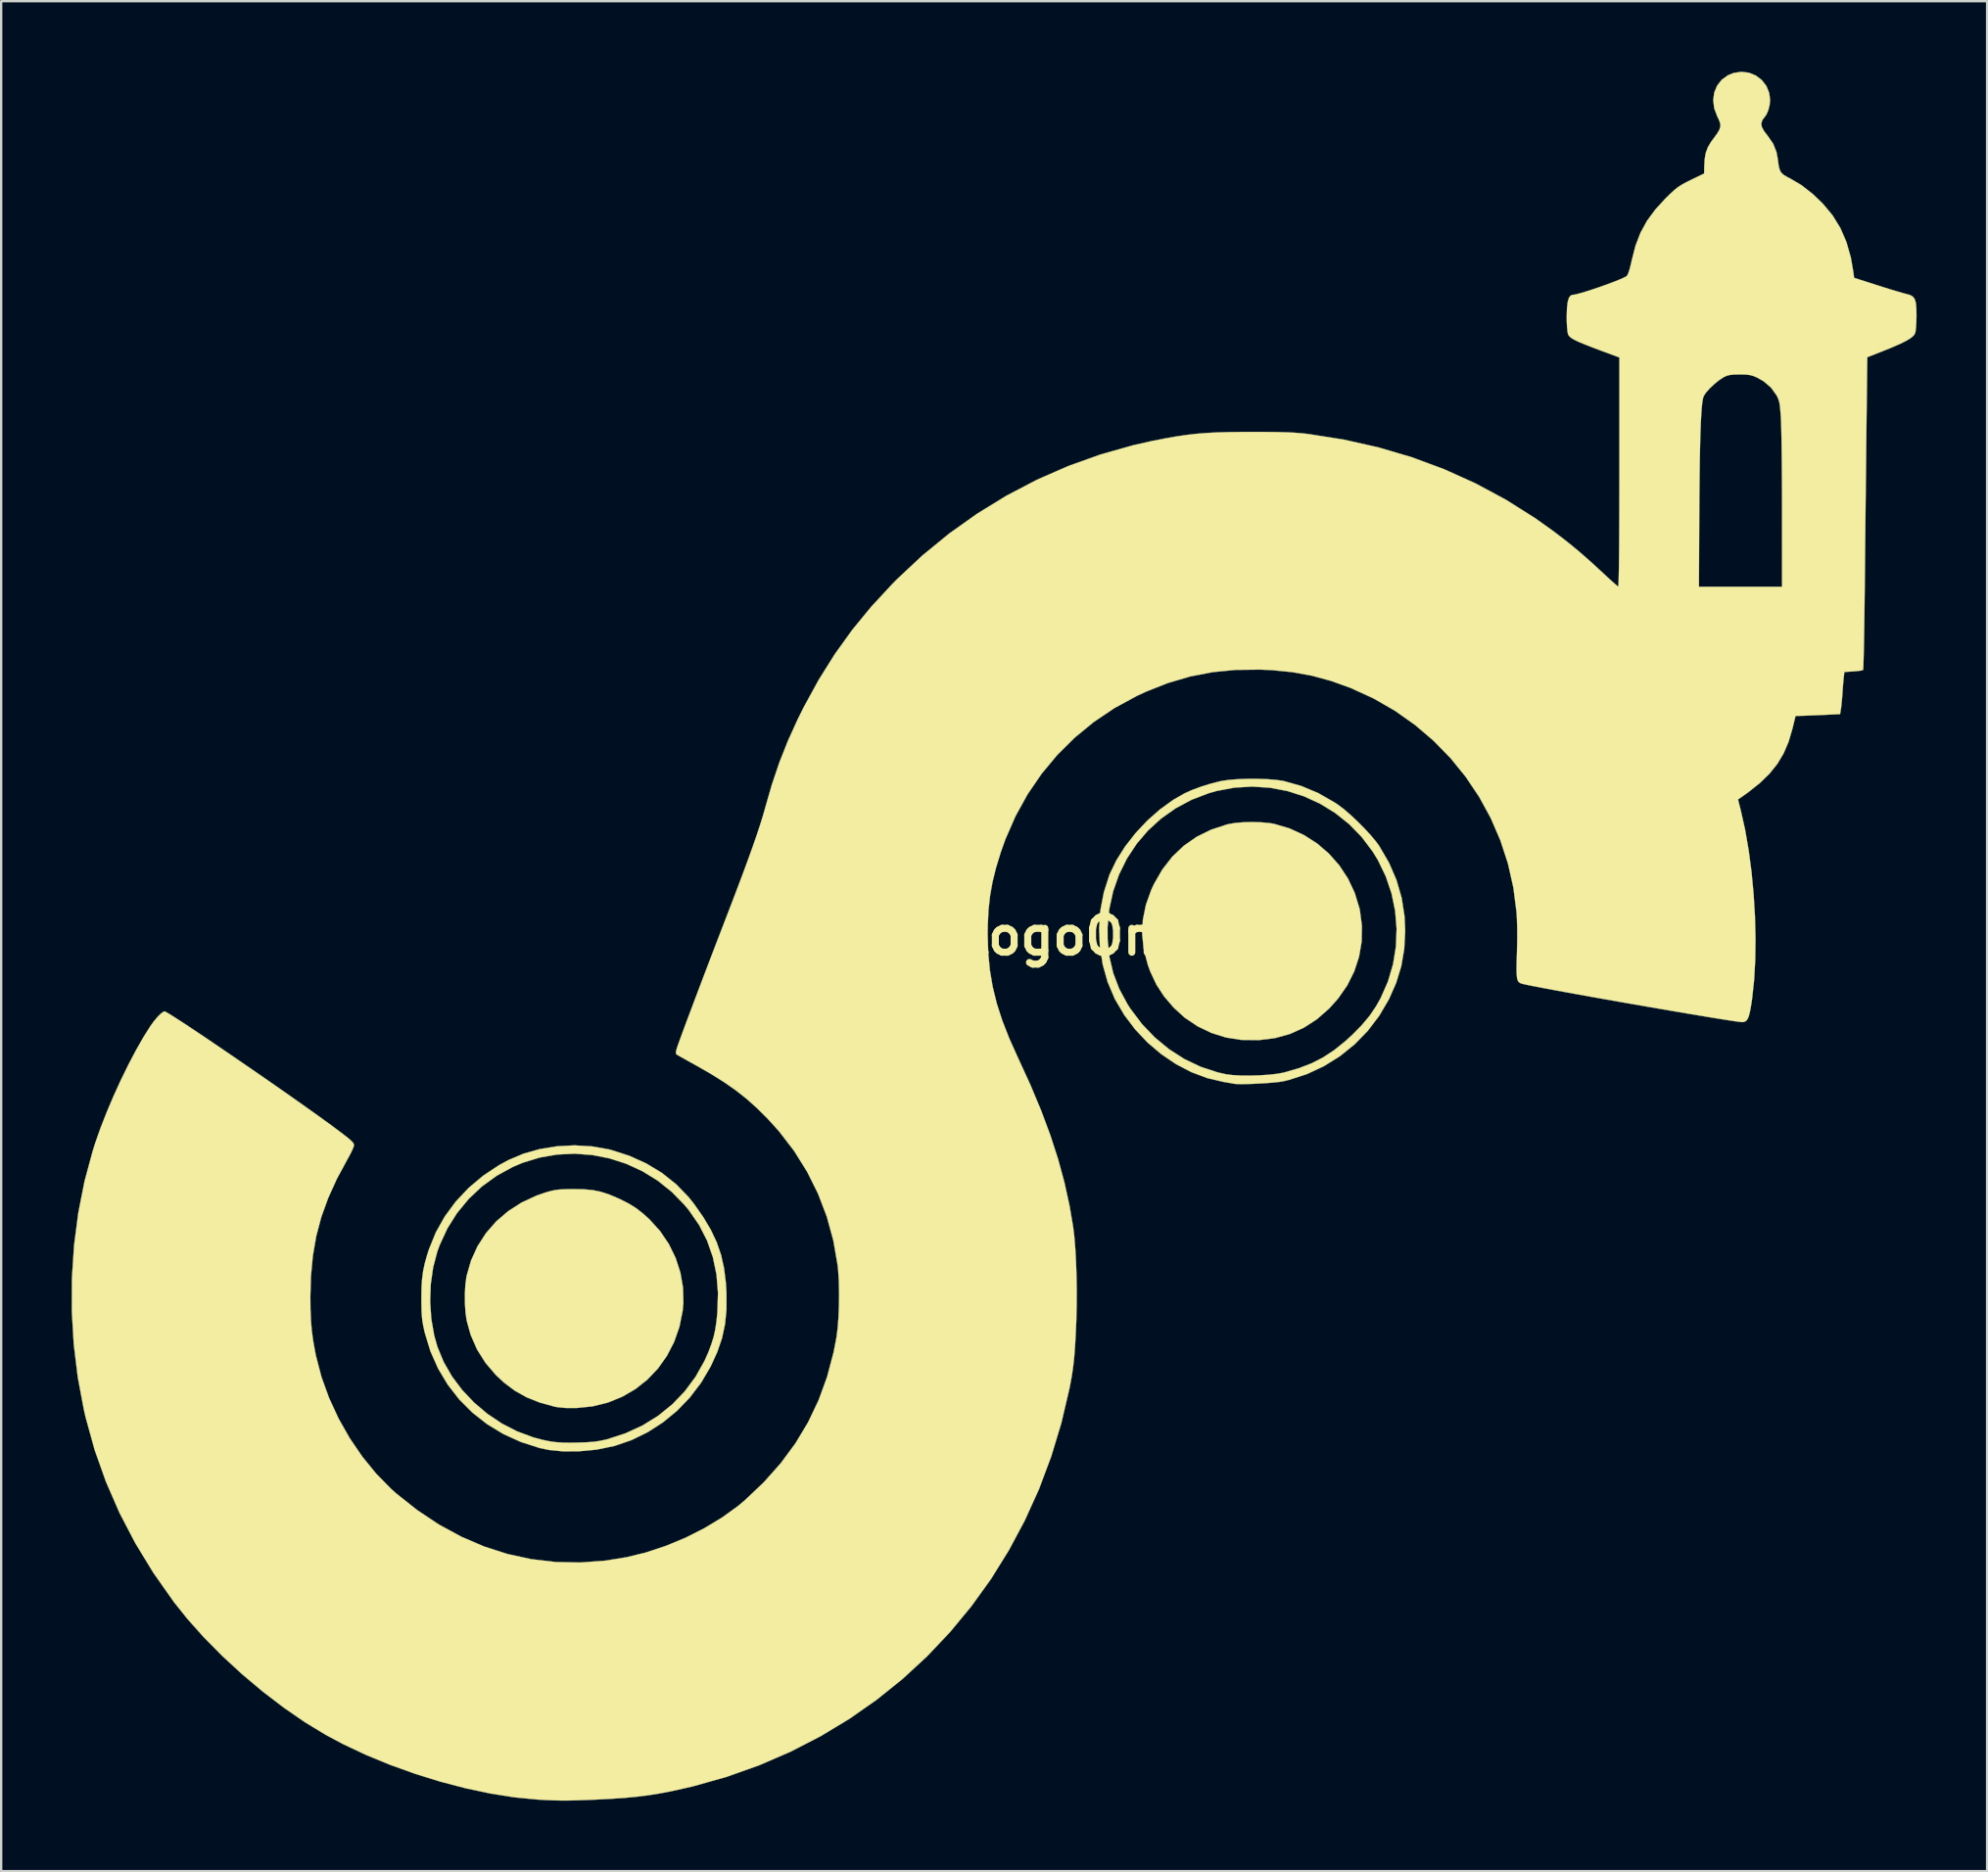
<source format=kicad_pcb>
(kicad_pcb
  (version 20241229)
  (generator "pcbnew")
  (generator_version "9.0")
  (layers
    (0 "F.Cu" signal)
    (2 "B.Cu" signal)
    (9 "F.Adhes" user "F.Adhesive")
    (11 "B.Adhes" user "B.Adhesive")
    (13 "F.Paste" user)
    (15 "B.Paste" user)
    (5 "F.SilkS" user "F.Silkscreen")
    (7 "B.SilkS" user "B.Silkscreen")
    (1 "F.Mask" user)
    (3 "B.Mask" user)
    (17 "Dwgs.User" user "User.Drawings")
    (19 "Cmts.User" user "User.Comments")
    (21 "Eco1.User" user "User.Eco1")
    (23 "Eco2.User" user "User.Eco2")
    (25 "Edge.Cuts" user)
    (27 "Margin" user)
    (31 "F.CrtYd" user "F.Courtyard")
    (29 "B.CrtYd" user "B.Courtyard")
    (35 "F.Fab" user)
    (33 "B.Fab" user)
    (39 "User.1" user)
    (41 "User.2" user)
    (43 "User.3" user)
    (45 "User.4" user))
  (footprint "BsidesLogoOnly"
    (layer "F.Cu")
    (at 39.226 36.783)
    (property "Reference" "BsidesLogoOnly" (at 0 0 0) (layer "F.SilkS") (effects (font (size 1.524 1.524) (thickness 0.3))))
    (attr through_hole)
    (fp_poly (pts (xy 11.411 -4.837) (xy 11.755 -4.804) (xy 11.937 -4.772) (xy 12.593 -4.578) (xy 13.205 -4.296) (xy 13.767 -3.935) (xy 14.271 -3.501) (xy 14.71 -3.002) (xy 15.076 -2.446) (xy 15.362 -1.839) (xy 15.561 -1.19) (xy 15.582 -1.095) (xy 15.669 -0.427) (xy 15.657 0.234) (xy 15.548 0.88) (xy 15.343 1.505) (xy 15.046 2.101) (xy 14.657 2.661) (xy 14.28 3.082) (xy 13.759 3.539) (xy 13.201 3.901) (xy 12.605 4.17) (xy 11.969 4.346) (xy 11.291 4.43) (xy 10.568 4.423) (xy 10.532 4.421) (xy 9.888 4.321) (xy 9.264 4.126) (xy 8.674 3.842) (xy 8.128 3.475) (xy 7.657 3.047) (xy 7.251 2.57) (xy 6.927 2.074) (xy 6.669 1.527) (xy 6.563 1.237) (xy 6.391 0.587) (xy 6.32 -0.056) (xy 6.349 -0.694) (xy 6.479 -1.332) (xy 6.709 -1.974) (xy 6.821 -2.214) (xy 7.179 -2.835) (xy 7.601 -3.376) (xy 8.087 -3.839) (xy 8.636 -4.222) (xy 9.248 -4.524) (xy 9.92 -4.745) (xy 10.002 -4.765) (xy 10.291 -4.814) (xy 10.645 -4.842) (xy 11.03 -4.85) (xy 11.411 -4.837)) (stroke (width 0.01) (type solid)) (fill yes) (layer "F.SilkS"))
    (fp_poly (pts (xy -17.428 10.779) (xy -17.056 10.814) (xy -16.716 10.883) (xy -16.374 10.993) (xy -15.998 11.151) (xy -15.899 11.196) (xy -15.53 11.383) (xy -15.219 11.576) (xy -14.925 11.803) (xy -14.641 12.061) (xy -14.19 12.558) (xy -13.818 13.109) (xy -13.529 13.701) (xy -13.327 14.323) (xy -13.216 14.963) (xy -13.2 15.612) (xy -13.231 15.953) (xy -13.37 16.64) (xy -13.596 17.281) (xy -13.902 17.871) (xy -14.281 18.404) (xy -14.728 18.875) (xy -15.236 19.278) (xy -15.798 19.606) (xy -16.408 19.854) (xy -17.06 20.016) (xy -17.747 20.087) (xy -17.765 20.087) (xy -18.197 20.086) (xy -18.547 20.054) (xy -18.676 20.03) (xy -19.308 19.857) (xy -19.865 19.635) (xy -20.367 19.355) (xy -20.834 19.005) (xy -21.177 18.685) (xy -21.619 18.169) (xy -21.979 17.597) (xy -22.251 16.979) (xy -22.42 16.37) (xy -22.47 16.03) (xy -22.496 15.635) (xy -22.498 15.222) (xy -22.476 14.829) (xy -22.43 14.494) (xy -22.425 14.469) (xy -22.237 13.813) (xy -21.96 13.203) (xy -21.601 12.645) (xy -21.165 12.145) (xy -20.655 11.707) (xy -20.079 11.338) (xy -19.44 11.043) (xy -19.063 10.913) (xy -18.863 10.856) (xy -18.689 10.817) (xy -18.51 10.792) (xy -18.301 10.778) (xy -18.031 10.772) (xy -17.867 10.771) (xy -17.428 10.779)) (stroke (width 0.01) (type solid)) (fill yes) (layer "F.SilkS"))
    (fp_poly (pts (xy -17.094 8.952) (xy -16.378 9.078) (xy -16.289 9.1) (xy -15.504 9.351) (xy -14.776 9.68) (xy -14.108 10.085) (xy -13.508 10.563) (xy -12.979 11.109) (xy -12.751 11.396) (xy -12.35 11.969) (xy -12.029 12.509) (xy -11.78 13.038) (xy -11.596 13.575) (xy -11.47 14.14) (xy -11.393 14.754) (xy -11.366 15.194) (xy -11.366 15.883) (xy -11.427 16.513) (xy -11.555 17.11) (xy -11.757 17.701) (xy -12.036 18.313) (xy -12.043 18.325) (xy -12.447 19.011) (xy -12.925 19.639) (xy -13.468 20.204) (xy -14.069 20.698) (xy -14.718 21.116) (xy -15.407 21.453) (xy -16.129 21.701) (xy -16.873 21.854) (xy -16.915 21.86) (xy -17.645 21.929) (xy -18.305 21.934) (xy -18.905 21.875) (xy -19.317 21.789) (xy -20.118 21.532) (xy -20.865 21.192) (xy -21.554 20.773) (xy -22.18 20.281) (xy -22.739 19.721) (xy -23.225 19.096) (xy -23.635 18.412) (xy -23.962 17.675) (xy -24.203 16.887) (xy -24.217 16.827) (xy -24.269 16.589) (xy -24.306 16.378) (xy -24.329 16.167) (xy -24.343 15.926) (xy -24.348 15.628) (xy -24.348 15.557) (xy -23.974 15.557) (xy -23.924 16.295) (xy -23.799 17.007) (xy -23.664 17.484) (xy -23.399 18.127) (xy -23.044 18.743) (xy -22.61 19.321) (xy -22.105 19.854) (xy -21.542 20.331) (xy -20.93 20.742) (xy -20.279 21.078) (xy -19.6 21.33) (xy -19.521 21.353) (xy -19.189 21.441) (xy -18.896 21.502) (xy -18.613 21.541) (xy -18.308 21.56) (xy -17.951 21.563) (xy -17.688 21.558) (xy -17.33 21.546) (xy -17.043 21.525) (xy -16.797 21.492) (xy -16.56 21.444) (xy -16.441 21.415) (xy -15.666 21.164) (xy -14.943 20.831) (xy -14.278 20.419) (xy -13.676 19.932) (xy -13.142 19.376) (xy -12.682 18.755) (xy -12.299 18.073) (xy -12.132 17.693) (xy -12.006 17.357) (xy -11.912 17.053) (xy -11.844 16.746) (xy -11.793 16.402) (xy -11.755 16.023) (xy -11.728 15.192) (xy -11.792 14.407) (xy -11.947 13.664) (xy -12.194 12.962) (xy -12.534 12.298) (xy -12.968 11.67) (xy -13.155 11.443) (xy -13.7 10.886) (xy -14.301 10.407) (xy -14.947 10.009) (xy -15.632 9.694) (xy -16.345 9.464) (xy -17.078 9.32) (xy -17.823 9.265) (xy -18.57 9.3) (xy -19.31 9.428) (xy -20.036 9.65) (xy -20.457 9.827) (xy -21.147 10.206) (xy -21.777 10.663) (xy -22.339 11.194) (xy -22.83 11.79) (xy -23.242 12.446) (xy -23.57 13.156) (xy -23.669 13.429) (xy -23.846 14.101) (xy -23.948 14.818) (xy -23.974 15.557) (xy -24.348 15.557) (xy -24.349 15.423) (xy -24.343 14.98) (xy -24.32 14.607) (xy -24.276 14.27) (xy -24.206 13.937) (xy -24.105 13.578) (xy -24.024 13.326) (xy -23.732 12.609) (xy -23.351 11.932) (xy -22.885 11.3) (xy -22.341 10.722) (xy -21.725 10.203) (xy -21.043 9.75) (xy -20.649 9.536) (xy -20.003 9.263) (xy -19.306 9.066) (xy -18.576 8.948) (xy -17.833 8.909) (xy -17.094 8.952)) (stroke (width 0.01) (type solid)) (fill yes) (layer "F.SilkS"))
    (fp_poly (pts (xy 11.622 -6.675) (xy 11.992 -6.647) (xy 12.295 -6.605) (xy 12.344 -6.595) (xy 13.093 -6.384) (xy 13.812 -6.082) (xy 14.511 -5.682) (xy 14.645 -5.593) (xy 14.891 -5.408) (xy 15.173 -5.165) (xy 15.472 -4.885) (xy 15.768 -4.588) (xy 16.039 -4.294) (xy 16.265 -4.024) (xy 16.401 -3.839) (xy 16.82 -3.122) (xy 17.139 -2.384) (xy 17.359 -1.624) (xy 17.482 -0.838) (xy 17.51 -0.223) (xy 17.469 0.556) (xy 17.342 1.291) (xy 17.125 2) (xy 16.821 2.688) (xy 16.406 3.395) (xy 15.915 4.039) (xy 15.355 4.614) (xy 14.733 5.116) (xy 14.055 5.538) (xy 13.329 5.877) (xy 12.561 6.126) (xy 12.318 6.183) (xy 12.16 6.209) (xy 11.933 6.233) (xy 11.659 6.256) (xy 11.359 6.275) (xy 11.055 6.29) (xy 10.768 6.3) (xy 10.52 6.303) (xy 10.332 6.299) (xy 10.231 6.288) (xy 10.146 6.272) (xy 9.991 6.245) (xy 9.799 6.213) (xy 9.773 6.208) (xy 9.082 6.046) (xy 8.404 5.79) (xy 7.749 5.448) (xy 7.127 5.026) (xy 6.548 4.534) (xy 6.023 3.978) (xy 5.56 3.367) (xy 5.171 2.707) (xy 5.145 2.656) (xy 4.849 1.956) (xy 4.641 1.217) (xy 4.52 0.452) (xy 4.487 -0.326) (xy 4.49 -0.365) (xy 4.847 -0.365) (xy 4.85 0.148) (xy 4.926 0.889) (xy 5.091 1.587) (xy 5.347 2.256) (xy 5.699 2.907) (xy 5.822 3.098) (xy 6.31 3.744) (xy 6.86 4.319) (xy 7.464 4.817) (xy 8.114 5.234) (xy 8.803 5.563) (xy 9.524 5.801) (xy 9.888 5.883) (xy 10.166 5.918) (xy 10.516 5.937) (xy 10.908 5.94) (xy 11.315 5.929) (xy 11.708 5.903) (xy 12.058 5.864) (xy 12.337 5.813) (xy 12.349 5.81) (xy 12.97 5.631) (xy 13.52 5.42) (xy 14.02 5.164) (xy 14.497 4.85) (xy 14.975 4.463) (xy 15.267 4.195) (xy 15.667 3.788) (xy 15.995 3.395) (xy 16.272 2.986) (xy 16.467 2.639) (xy 16.776 1.935) (xy 16.992 1.202) (xy 17.114 0.452) (xy 17.144 -0.308) (xy 17.082 -1.066) (xy 16.928 -1.812) (xy 16.683 -2.537) (xy 16.348 -3.23) (xy 16.126 -3.593) (xy 15.657 -4.214) (xy 15.122 -4.762) (xy 14.53 -5.235) (xy 13.89 -5.629) (xy 13.209 -5.941) (xy 12.496 -6.169) (xy 11.759 -6.309) (xy 11.007 -6.358) (xy 10.248 -6.314) (xy 9.491 -6.173) (xy 9.154 -6.078) (xy 8.42 -5.796) (xy 7.741 -5.433) (xy 7.122 -4.995) (xy 6.567 -4.488) (xy 6.082 -3.919) (xy 5.67 -3.294) (xy 5.336 -2.619) (xy 5.085 -1.902) (xy 4.92 -1.148) (xy 4.847 -0.365) (xy 4.49 -0.365) (xy 4.543 -1.102) (xy 4.689 -1.863) (xy 4.923 -2.594) (xy 4.937 -2.629) (xy 5.22 -3.22) (xy 5.59 -3.806) (xy 6.031 -4.373) (xy 6.528 -4.903) (xy 7.067 -5.381) (xy 7.632 -5.79) (xy 8.119 -6.07) (xy 8.433 -6.211) (xy 8.81 -6.351) (xy 9.21 -6.477) (xy 9.595 -6.576) (xy 9.708 -6.601) (xy 10.008 -6.644) (xy 10.376 -6.673) (xy 10.786 -6.688) (xy 11.21 -6.689) (xy 11.622 -6.675)) (stroke (width 0.01) (type solid)) (fill yes) (layer "F.SilkS"))
    (fp_poly (pts (xy 32.141 -36.737) (xy 32.433 -36.617) (xy 32.683 -36.427) (xy 32.876 -36.178) (xy 32.997 -35.88) (xy 33.035 -35.58) (xy 33.013 -35.352) (xy 32.954 -35.127) (xy 32.872 -34.946) (xy 32.833 -34.893) (xy 32.712 -34.732) (xy 32.661 -34.584) (xy 32.684 -34.43) (xy 32.781 -34.25) (xy 32.936 -34.05) (xy 33.166 -33.717) (xy 33.307 -33.363) (xy 33.363 -33.061) (xy 33.397 -32.801) (xy 33.44 -32.618) (xy 33.506 -32.49) (xy 33.611 -32.391) (xy 33.77 -32.298) (xy 33.866 -32.25) (xy 34.367 -31.957) (xy 34.863 -31.568) (xy 35.278 -31.168) (xy 35.691 -30.672) (xy 36.025 -30.13) (xy 36.283 -29.534) (xy 36.471 -28.875) (xy 36.576 -28.271) (xy 36.609 -28.011) (xy 37.584 -27.698) (xy 37.902 -27.597) (xy 38.205 -27.503) (xy 38.473 -27.423) (xy 38.686 -27.361) (xy 38.824 -27.325) (xy 38.829 -27.324) (xy 38.992 -27.278) (xy 39.109 -27.21) (xy 39.188 -27.106) (xy 39.235 -26.951) (xy 39.258 -26.727) (xy 39.263 -26.421) (xy 39.263 -26.367) (xy 39.257 -26.119) (xy 39.243 -25.897) (xy 39.223 -25.727) (xy 39.204 -25.644) (xy 39.138 -25.547) (xy 39.014 -25.442) (xy 38.823 -25.327) (xy 38.557 -25.195) (xy 38.207 -25.043) (xy 37.892 -24.915) (xy 37.17 -24.63) (xy 37.138 -21.923) (xy 37.132 -21.399) (xy 37.125 -20.791) (xy 37.118 -20.114) (xy 37.11 -19.386) (xy 37.101 -18.623) (xy 37.093 -17.843) (xy 37.085 -17.061) (xy 37.077 -16.296) (xy 37.07 -15.563) (xy 37.067 -15.286) (xy 37.06 -14.662) (xy 37.053 -14.069) (xy 37.046 -13.512) (xy 37.038 -13.001) (xy 37.03 -12.543) (xy 37.022 -12.146) (xy 37.014 -11.817) (xy 37.007 -11.566) (xy 37 -11.399) (xy 36.993 -11.324) (xy 36.992 -11.321) (xy 36.927 -11.3) (xy 36.789 -11.28) (xy 36.605 -11.263) (xy 36.576 -11.261) (xy 36.195 -11.236) (xy 36.17 -11.026) (xy 36.155 -10.88) (xy 36.137 -10.669) (xy 36.119 -10.43) (xy 36.113 -10.333) (xy 36.095 -10.094) (xy 36.074 -9.869) (xy 36.054 -9.695) (xy 36.046 -9.646) (xy 36.012 -9.442) (xy 35.325 -9.41) (xy 35.044 -9.397) (xy 34.775 -9.386) (xy 34.546 -9.377) (xy 34.388 -9.372) (xy 34.378 -9.372) (xy 34.118 -9.366) (xy 33.985 -8.819) (xy 33.823 -8.267) (xy 33.612 -7.773) (xy 33.344 -7.324) (xy 33.008 -6.906) (xy 32.594 -6.505) (xy 32.092 -6.107) (xy 31.902 -5.972) (xy 31.67 -5.811) (xy 31.79 -5.336) (xy 31.972 -4.525) (xy 32.123 -3.651) (xy 32.245 -2.732) (xy 32.334 -1.787) (xy 32.392 -0.835) (xy 32.415 0.104) (xy 32.404 1.011) (xy 32.356 1.868) (xy 32.272 2.656) (xy 32.24 2.875) (xy 32.186 3.181) (xy 32.133 3.399) (xy 32.073 3.543) (xy 32 3.625) (xy 31.907 3.661) (xy 31.847 3.665) (xy 31.75 3.656) (xy 31.562 3.631) (xy 31.291 3.59) (xy 30.947 3.536) (xy 30.539 3.47) (xy 30.076 3.393) (xy 29.566 3.308) (xy 29.02 3.215) (xy 28.445 3.116) (xy 27.85 3.014) (xy 27.245 2.909) (xy 26.639 2.803) (xy 26.04 2.697) (xy 25.458 2.594) (xy 24.902 2.494) (xy 24.38 2.399) (xy 23.902 2.312) (xy 23.476 2.232) (xy 23.112 2.163) (xy 22.818 2.105) (xy 22.603 2.06) (xy 22.488 2.033) (xy 22.406 2.005) (xy 22.343 1.962) (xy 22.298 1.893) (xy 22.268 1.785) (xy 22.252 1.625) (xy 22.247 1.403) (xy 22.251 1.105) (xy 22.264 0.719) (xy 22.266 0.644) (xy 22.277 0.155) (xy 22.276 -0.325) (xy 22.262 -0.761) (xy 22.246 -1.018) (xy 22.11 -2.066) (xy 21.88 -3.085) (xy 21.558 -4.071) (xy 21.149 -5.018) (xy 20.656 -5.92) (xy 20.084 -6.773) (xy 19.436 -7.571) (xy 18.717 -8.308) (xy 17.93 -8.98) (xy 17.08 -9.581) (xy 16.17 -10.106) (xy 15.204 -10.548) (xy 15.184 -10.557) (xy 14.356 -10.855) (xy 13.539 -11.077) (xy 12.705 -11.229) (xy 11.827 -11.316) (xy 11.348 -11.337) (xy 10.31 -11.326) (xy 9.317 -11.229) (xy 8.357 -11.043) (xy 7.415 -10.766) (xy 6.476 -10.395) (xy 6.083 -10.212) (xy 5.139 -9.698) (xy 4.259 -9.106) (xy 3.447 -8.44) (xy 2.705 -7.703) (xy 2.037 -6.899) (xy 1.444 -6.03) (xy 0.931 -5.1) (xy 0.499 -4.112) (xy 0.304 -3.563) (xy 0.103 -2.907) (xy -0.048 -2.3) (xy -0.153 -1.709) (xy -0.219 -1.103) (xy -0.25 -0.449) (xy -0.254 -0.052) (xy -0.231 0.714) (xy -0.162 1.444) (xy -0.042 2.156) (xy 0.133 2.867) (xy 0.368 3.597) (xy 0.667 4.361) (xy 1.034 5.178) (xy 1.046 5.202) (xy 1.571 6.35) (xy 2.027 7.441) (xy 2.416 8.486) (xy 2.744 9.499) (xy 3.013 10.492) (xy 3.229 11.477) (xy 3.382 12.377) (xy 3.433 12.799) (xy 3.474 13.302) (xy 3.505 13.866) (xy 3.526 14.472) (xy 3.536 15.098) (xy 3.533 15.726) (xy 3.518 16.334) (xy 3.514 16.441) (xy 3.491 16.967) (xy 3.466 17.411) (xy 3.439 17.791) (xy 3.407 18.128) (xy 3.368 18.441) (xy 3.321 18.748) (xy 3.262 19.07) (xy 3.229 19.241) (xy 2.883 20.721) (xy 2.449 22.154) (xy 1.93 23.538) (xy 1.328 24.869) (xy 0.646 26.146) (xy -0.113 27.365) (xy -0.947 28.524) (xy -1.852 29.619) (xy -2.826 30.649) (xy -3.867 31.61) (xy -4.972 32.5) (xy -6.138 33.315) (xy -7.361 34.054) (xy -8.641 34.713) (xy -9.973 35.29) (xy -11.356 35.782) (xy -12.785 36.186) (xy -13.718 36.397) (xy -14.211 36.49) (xy -14.69 36.567) (xy -15.179 36.628) (xy -15.702 36.678) (xy -16.281 36.718) (xy -16.899 36.75) (xy -17.368 36.77) (xy -17.757 36.783) (xy -18.09 36.79) (xy -18.389 36.791) (xy -18.676 36.785) (xy -18.975 36.774) (xy -19.308 36.756) (xy -19.419 36.749) (xy -20.389 36.655) (xy -21.413 36.493) (xy -22.472 36.268) (xy -23.548 35.986) (xy -24.625 35.651) (xy -25.685 35.27) (xy -26.71 34.848) (xy -27.683 34.389) (xy -28.417 33.997) (xy -29.304 33.458) (xy -30.202 32.839) (xy -31.097 32.155) (xy -31.971 31.42) (xy -32.809 30.649) (xy -33.594 29.856) (xy -34.31 29.054) (xy -34.879 28.341) (xy -35.748 27.105) (xy -36.519 25.841) (xy -37.193 24.548) (xy -37.769 23.225) (xy -38.249 21.873) (xy -38.632 20.49) (xy -38.709 20.157) (xy -38.968 18.774) (xy -39.139 17.372) (xy -39.221 15.961) (xy -39.216 14.552) (xy -39.124 13.154) (xy -38.945 11.778) (xy -38.68 10.434) (xy -38.328 9.132) (xy -38.224 8.806) (xy -38 8.17) (xy -37.738 7.5) (xy -37.447 6.813) (xy -37.135 6.13) (xy -36.812 5.47) (xy -36.487 4.852) (xy -36.169 4.295) (xy -35.881 3.838) (xy -35.726 3.624) (xy -35.57 3.439) (xy -35.429 3.298) (xy -35.318 3.219) (xy -35.277 3.207) (xy -35.212 3.235) (xy -35.07 3.318) (xy -34.86 3.449) (xy -34.589 3.624) (xy -34.263 3.838) (xy -33.89 4.086) (xy -33.477 4.363) (xy -33.032 4.665) (xy -32.561 4.985) (xy -32.072 5.32) (xy -31.572 5.664) (xy -31.068 6.012) (xy -30.568 6.36) (xy -30.078 6.702) (xy -29.606 7.034) (xy -29.16 7.35) (xy -28.745 7.646) (xy -28.37 7.917) (xy -28.042 8.157) (xy -27.923 8.246) (xy -27.659 8.445) (xy -27.468 8.595) (xy -27.339 8.707) (xy -27.26 8.789) (xy -27.223 8.853) (xy -27.215 8.908) (xy -27.243 9.005) (xy -27.313 9.163) (xy -27.412 9.358) (xy -27.488 9.494) (xy -27.942 10.335) (xy -28.312 11.149) (xy -28.603 11.953) (xy -28.819 12.766) (xy -28.965 13.609) (xy -29.048 14.499) (xy -29.071 15.347) (xy -29.066 15.889) (xy -29.046 16.361) (xy -29.01 16.795) (xy -28.952 17.221) (xy -28.872 17.672) (xy -28.83 17.879) (xy -28.597 18.771) (xy -28.275 19.658) (xy -27.874 20.527) (xy -27.4 21.364) (xy -26.863 22.153) (xy -26.271 22.88) (xy -25.633 23.53) (xy -25.413 23.726) (xy -24.519 24.435) (xy -23.597 25.047) (xy -22.65 25.562) (xy -21.679 25.979) (xy -20.686 26.299) (xy -19.673 26.519) (xy -18.642 26.64) (xy -17.595 26.662) (xy -16.533 26.583) (xy -15.627 26.438) (xy -14.785 26.232) (xy -13.938 25.95) (xy -13.104 25.603) (xy -12.304 25.198) (xy -11.555 24.746) (xy -10.876 24.255) (xy -10.587 24.013) (xy -9.774 23.241) (xy -9.056 22.432) (xy -8.431 21.584) (xy -7.895 20.692) (xy -7.449 19.754) (xy -7.088 18.765) (xy -6.812 17.722) (xy -6.692 17.103) (xy -6.64 16.711) (xy -6.603 16.247) (xy -6.582 15.741) (xy -6.576 15.222) (xy -6.586 14.718) (xy -6.613 14.26) (xy -6.64 13.998) (xy -6.823 12.95) (xy -7.101 11.938) (xy -7.473 10.964) (xy -7.936 10.034) (xy -8.489 9.149) (xy -9.131 8.312) (xy -9.626 7.765) (xy -10.067 7.327) (xy -10.509 6.932) (xy -10.972 6.567) (xy -11.476 6.215) (xy -12.039 5.863) (xy -12.624 5.528) (xy -12.884 5.384) (xy -13.116 5.254) (xy -13.304 5.148) (xy -13.432 5.075) (xy -13.482 5.046) (xy -13.518 5.004) (xy -13.519 4.928) (xy -13.484 4.793) (xy -13.463 4.727) (xy -13.411 4.579) (xy -13.327 4.346) (xy -13.214 4.037) (xy -13.075 3.662) (xy -12.913 3.232) (xy -12.734 2.754) (xy -12.539 2.24) (xy -12.334 1.698) (xy -12.121 1.139) (xy -11.904 0.573) (xy -11.687 0.008) (xy -11.488 -0.509) (xy -11.167 -1.344) (xy -10.882 -2.092) (xy -10.632 -2.758) (xy -10.415 -3.349) (xy -10.228 -3.871) (xy -10.069 -4.33) (xy -9.936 -4.732) (xy -9.827 -5.084) (xy -9.738 -5.392) (xy -9.725 -5.44) (xy -9.434 -6.451) (xy -9.114 -7.396) (xy -8.754 -8.306) (xy -8.34 -9.217) (xy -8.081 -9.738) (xy -7.442 -10.905) (xy -6.76 -11.994) (xy -6.02 -13.024) (xy -5.208 -14.014) (xy -4.422 -14.863) (xy 30.007 -14.863) (xy 31.775 -14.863) (xy 33.544 -14.863) (xy 33.543 -18.057) (xy 33.542 -18.644) (xy 33.54 -19.221) (xy 33.536 -19.776) (xy 33.531 -20.298) (xy 33.525 -20.775) (xy 33.519 -21.196) (xy 33.511 -21.55) (xy 33.504 -21.824) (xy 33.496 -22.002) (xy 33.476 -22.302) (xy 33.456 -22.523) (xy 33.432 -22.685) (xy 33.4 -22.809) (xy 33.356 -22.918) (xy 33.309 -23.01) (xy 33.073 -23.339) (xy 32.755 -23.61) (xy 32.481 -23.764) (xy 32.319 -23.833) (xy 32.168 -23.873) (xy 31.991 -23.893) (xy 31.75 -23.898) (xy 31.737 -23.898) (xy 31.492 -23.893) (xy 31.316 -23.874) (xy 31.179 -23.837) (xy 31.07 -23.786) (xy 30.875 -23.661) (xy 30.666 -23.492) (xy 30.468 -23.305) (xy 30.307 -23.123) (xy 30.211 -22.977) (xy 30.18 -22.879) (xy 30.152 -22.719) (xy 30.128 -22.495) (xy 30.106 -22.201) (xy 30.087 -21.833) (xy 30.07 -21.388) (xy 30.056 -20.862) (xy 30.044 -20.251) (xy 30.035 -19.551) (xy 30.027 -18.757) (xy 30.021 -17.866) (xy 30.02 -17.701) (xy 30.007 -14.863) (xy -4.422 -14.863) (xy -4.311 -14.983) (xy -4.125 -15.172) (xy -3.037 -16.191) (xy -1.894 -17.126) (xy -0.697 -17.977) (xy 0.548 -18.741) (xy 1.838 -19.416) (xy 3.171 -20) (xy 4.542 -20.491) (xy 5.949 -20.889) (xy 6.759 -21.071) (xy 7.277 -21.173) (xy 7.745 -21.256) (xy 8.183 -21.321) (xy 8.612 -21.371) (xy 9.052 -21.407) (xy 9.524 -21.432) (xy 10.048 -21.446) (xy 10.645 -21.453) (xy 10.918 -21.453) (xy 11.448 -21.453) (xy 11.89 -21.449) (xy 12.262 -21.442) (xy 12.579 -21.431) (xy 12.857 -21.415) (xy 13.11 -21.394) (xy 13.354 -21.367) (xy 13.387 -21.363) (xy 14.898 -21.125) (xy 16.365 -20.796) (xy 17.79 -20.376) (xy 19.17 -19.864) (xy 20.504 -19.262) (xy 21.792 -18.569) (xy 23.033 -17.787) (xy 23.8 -17.24) (xy 24.216 -16.924) (xy 24.598 -16.621) (xy 24.971 -16.309) (xy 25.357 -15.97) (xy 25.78 -15.583) (xy 25.952 -15.423) (xy 26.153 -15.237) (xy 26.33 -15.077) (xy 26.468 -14.955) (xy 26.553 -14.884) (xy 26.573 -14.872) (xy 26.581 -14.919) (xy 26.589 -15.066) (xy 26.596 -15.309) (xy 26.603 -15.647) (xy 26.608 -16.076) (xy 26.613 -16.595) (xy 26.616 -17.2) (xy 26.619 -17.89) (xy 26.621 -18.661) (xy 26.622 -19.512) (xy 26.622 -19.737) (xy 26.622 -24.62) (xy 25.896 -24.889) (xy 25.485 -25.044) (xy 25.159 -25.171) (xy 24.91 -25.275) (xy 24.725 -25.362) (xy 24.595 -25.436) (xy 24.509 -25.504) (xy 24.457 -25.57) (xy 24.436 -25.617) (xy 24.414 -25.73) (xy 24.396 -25.917) (xy 24.385 -26.15) (xy 24.382 -26.351) (xy 24.393 -26.718) (xy 24.425 -26.99) (xy 24.481 -27.171) (xy 24.562 -27.266) (xy 24.63 -27.283) (xy 24.746 -27.301) (xy 24.935 -27.349) (xy 25.18 -27.421) (xy 25.462 -27.511) (xy 25.762 -27.613) (xy 26.064 -27.72) (xy 26.348 -27.825) (xy 26.596 -27.924) (xy 26.791 -28.008) (xy 26.914 -28.072) (xy 26.94 -28.091) (xy 26.993 -28.185) (xy 27.054 -28.366) (xy 27.119 -28.621) (xy 27.151 -28.767) (xy 27.309 -29.381) (xy 27.52 -29.928) (xy 27.795 -30.432) (xy 28.147 -30.912) (xy 28.582 -31.387) (xy 28.801 -31.601) (xy 28.976 -31.76) (xy 29.133 -31.883) (xy 29.299 -31.988) (xy 29.5 -32.095) (xy 29.664 -32.176) (xy 30.229 -32.45) (xy 30.233 -32.704) (xy 30.25 -33.047) (xy 30.296 -33.321) (xy 30.382 -33.557) (xy 30.517 -33.788) (xy 30.612 -33.918) (xy 30.775 -34.14) (xy 30.876 -34.309) (xy 30.92 -34.45) (xy 30.911 -34.587) (xy 30.853 -34.744) (xy 30.789 -34.874) (xy 30.658 -35.222) (xy 30.616 -35.566) (xy 30.658 -35.892) (xy 30.78 -36.187) (xy 30.975 -36.438) (xy 31.24 -36.63) (xy 31.483 -36.728) (xy 31.819 -36.778) (xy 32.141 -36.737)) (stroke (width 0.01) (type solid)) (fill yes) (layer "F.SilkS")))
  (gr_rect
    (start -3 -3)
    (end 81.494 76.579)
    (stroke (width 0.1) (type default))
    (fill no)
    (layer "Edge.Cuts")))
</source>
